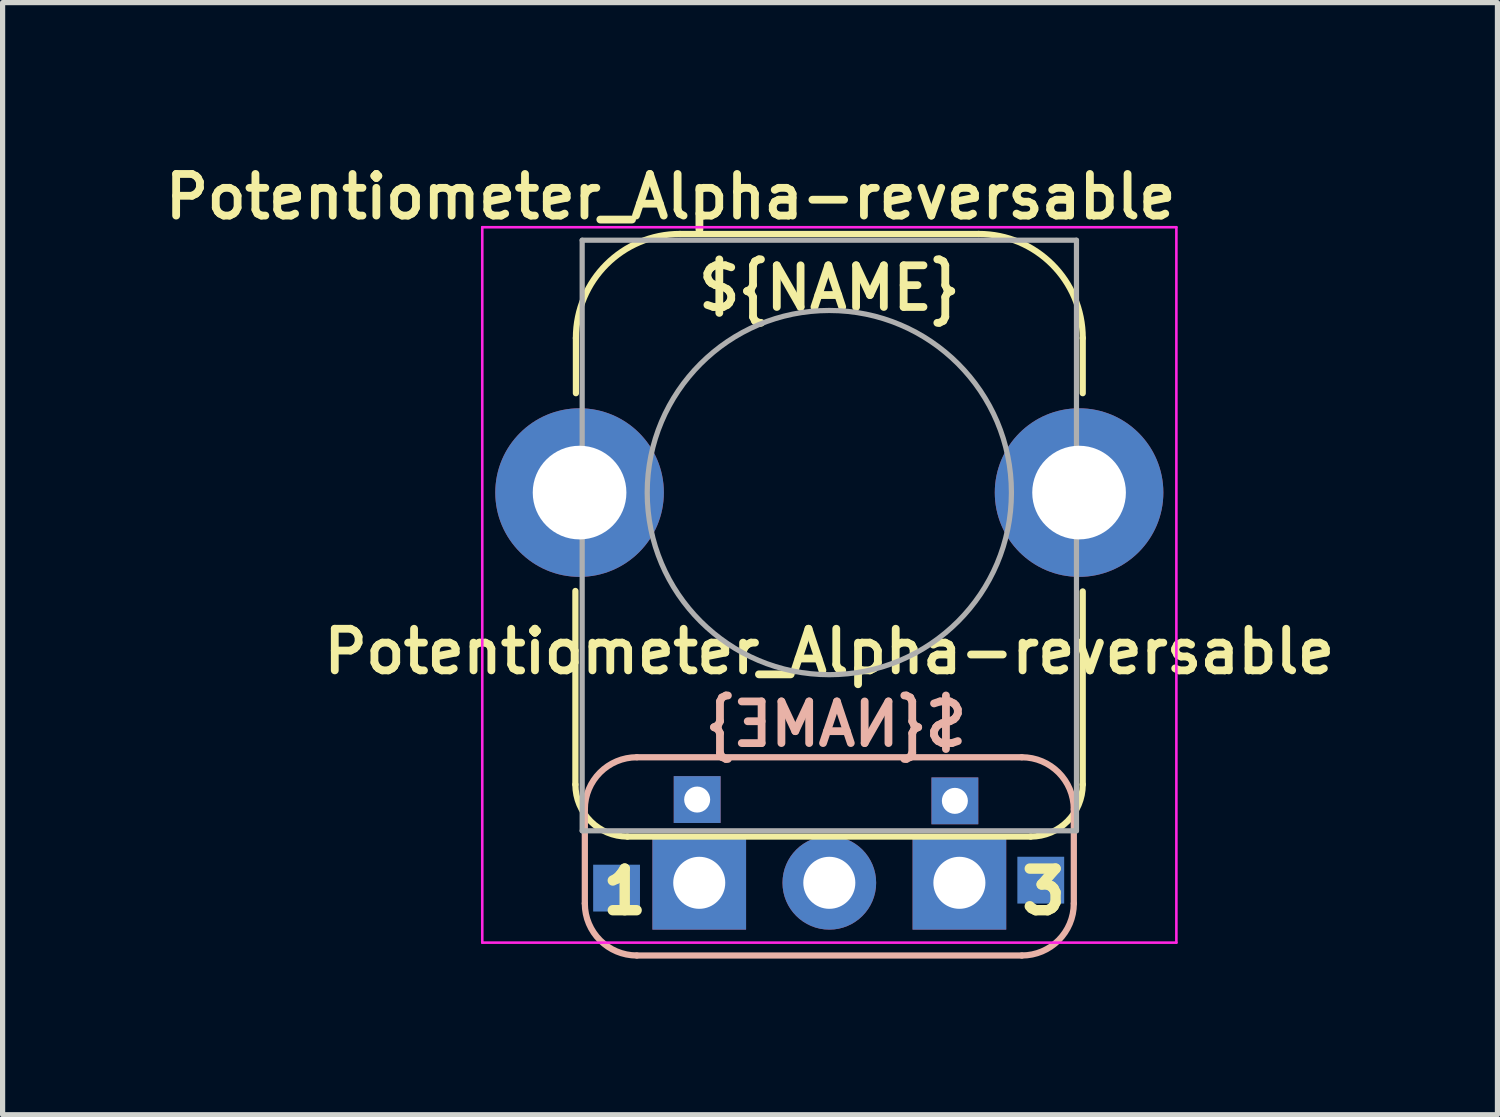
<source format=kicad_pcb>
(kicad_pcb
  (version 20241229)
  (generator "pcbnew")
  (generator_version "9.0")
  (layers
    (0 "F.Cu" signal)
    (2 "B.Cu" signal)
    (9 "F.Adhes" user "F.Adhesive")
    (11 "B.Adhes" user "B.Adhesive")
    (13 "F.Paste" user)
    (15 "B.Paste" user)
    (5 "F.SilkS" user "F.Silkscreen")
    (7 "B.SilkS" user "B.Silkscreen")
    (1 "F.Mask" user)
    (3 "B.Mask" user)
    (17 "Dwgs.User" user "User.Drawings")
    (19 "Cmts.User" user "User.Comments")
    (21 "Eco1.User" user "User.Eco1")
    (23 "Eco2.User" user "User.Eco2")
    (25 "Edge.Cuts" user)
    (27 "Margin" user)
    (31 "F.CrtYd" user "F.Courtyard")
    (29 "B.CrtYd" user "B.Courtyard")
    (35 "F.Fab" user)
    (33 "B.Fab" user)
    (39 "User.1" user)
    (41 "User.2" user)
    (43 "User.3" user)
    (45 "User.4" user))
  (footprint "Potentiometer_Alpha-reversable"
    (layer "F.Cu")
    (at 12.889 13.917)
    (property "Reference" "Potentiometer_Alpha-reversable" (at -3.049 -13.186 180) (layer "F.SilkS") (effects (font (size 0.8 0.8) (thickness 0.15))))
    (attr through_hole)
    (fp_line (start -4.88 -1.889) (end -4.88 -5.609) (stroke (width 0.12) (type solid)) (layer "F.SilkS"))
    (fp_line (start -4.87 -9.41) (end -4.87 -10.47) (stroke (width 0.12) (type solid)) (layer "F.SilkS"))
    (fp_line (start 2.87 -12.47) (end -2.87 -12.47) (stroke (width 0.12) (type solid)) (layer "F.SilkS"))
    (fp_line (start 3.87 -0.889) (end -3.88 -0.889) (stroke (width 0.12) (type solid)) (layer "F.SilkS"))
    (fp_line (start 4.87 -9.41) (end 4.87 -10.47) (stroke (width 0.12) (type solid)) (layer "F.SilkS"))
    (fp_line (start 4.87 -1.889) (end 4.87 -5.6) (stroke (width 0.12) (type solid)) (layer "F.SilkS"))
    (fp_arc (start -4.87 -10.47) (mid -4.284214 -11.884214) (end -2.87 -12.47) (stroke (width 0.12) (type default)) (layer "F.SilkS"))
    (fp_arc (start -3.88 -0.889) (mid -4.587107 -1.181893) (end -4.88 -1.889) (stroke (width 0.12) (type default)) (layer "F.SilkS"))
    (fp_arc (start 2.87 -12.47) (mid 4.284214 -11.884214) (end 4.87 -10.47) (stroke (width 0.12) (type default)) (layer "F.SilkS"))
    (fp_arc (start 4.87 -1.889) (mid 4.577107 -1.181893) (end 3.87 -0.889) (stroke (width 0.12) (type default)) (layer "F.SilkS"))
    (fp_line (start -4.699 0.397) (end -4.699 -1.413) (stroke (width 0.12) (type default)) (layer "B.SilkS"))
    (fp_line (start -3.699 -2.413) (end 3.699 -2.413) (stroke (width 0.12) (type default)) (layer "B.SilkS"))
    (fp_line (start 3.699 1.397) (end -3.699 1.397) (stroke (width 0.12) (type default)) (layer "B.SilkS"))
    (fp_line (start 4.699 -1.413) (end 4.699 0.397) (stroke (width 0.12) (type default)) (layer "B.SilkS"))
    (fp_arc (start -4.699 -1.413) (mid -4.406107 -2.120107) (end -3.699 -2.413) (stroke (width 0.12) (type default)) (layer "B.SilkS"))
    (fp_arc (start -3.699 1.397) (mid -4.406107 1.104107) (end -4.699 0.397) (stroke (width 0.12) (type default)) (layer "B.SilkS"))
    (fp_arc (start 3.699 -2.413) (mid 4.406107 -2.120107) (end 4.699 -1.413) (stroke (width 0.12) (type default)) (layer "B.SilkS"))
    (fp_arc (start 4.699 0.397) (mid 4.406107 1.104107) (end 3.699 1.397) (stroke (width 0.12) (type default)) (layer "B.SilkS"))
    (fp_line (start -6.67 -12.6) (end -6.67 1.15) (stroke (width 0.05) (type solid)) (layer "F.CrtYd"))
    (fp_line (start -6.67 1.15) (end 6.67 1.15) (stroke (width 0.05) (type solid)) (layer "F.CrtYd"))
    (fp_line (start 6.67 -12.6) (end -6.67 -12.6) (stroke (width 0.05) (type solid)) (layer "F.CrtYd"))
    (fp_line (start 6.67 1.15) (end 6.67 -12.6) (stroke (width 0.05) (type solid)) (layer "F.CrtYd"))
    (fp_line (start -4.75 -1) (end -4.75 -12.35) (stroke (width 0.1) (type solid)) (layer "F.Fab"))
    (fp_line (start 4.75 -12.35) (end -4.75 -12.35) (stroke (width 0.1) (type solid)) (layer "F.Fab"))
    (fp_line (start 4.75 -1) (end -4.75 -1) (stroke (width 0.1) (type solid)) (layer "F.Fab"))
    (fp_line (start 4.75 -1) (end 4.75 -12.35) (stroke (width 0.1) (type solid)) (layer "F.Fab"))
    (fp_circle (center 0 -7.5) (end -3.5 -7.5) (stroke (width 0.1) (type solid)) (fill no) (layer "F.Fab"))
    (fp_text user "3" (at 3.607 0.635 0) (unlocked yes) (layer "F.SilkS") (effects (font (size 0.8 0.8) (thickness 0.2) (bold yes)) (justify left bottom)))
    (fp_text user "${NAME}" (at 0 -11.43 180) (layer "F.SilkS") (effects (font (size 0.8 0.8) (thickness 0.15))))
    (fp_text user "${REFERENCE}" (at 0 -4.445 180) (layer "F.SilkS") (effects (font (size 0.8 0.8) (thickness 0.15))))
    (fp_text user "1" (at -4.445 0.635 0) (unlocked yes) (layer "F.SilkS") (effects (font (size 0.8 0.8) (thickness 0.2) (bold yes)) (justify left bottom)))
    (fp_text user "${NAME}" (at 0.127 -3.048 180) (layer "B.SilkS") (effects (font (size 0.8 0.8) (thickness 0.15)) (justify mirror)))
    (pad "" thru_hole circle (at -4.8 -7.5 180) (size 3.24 3.24) (drill 1.8) (layers "*.Cu" "*.Mask"))
    (pad "" thru_hole rect (at -2.5 0 180) (size 1.8 1.8) (drill 1) (layers "*.Cu" "*.Mask"))
    (pad "" thru_hole rect (at 2.5 0 180) (size 1.8 1.8) (drill 1) (layers "*.Cu" "*.Mask"))
    (pad "" thru_hole circle (at 4.8 -7.5 180) (size 3.24 3.24) (drill 1.8) (layers "*.Cu" "*.Mask"))
    (pad "1" thru_hole rect (at -2.54 -1.6 180) (size 0.9 0.9) (drill 0.5) (layers "*.Cu" "*.Mask"))
    (pad "1" smd rect (at 4.064 -0.051 180) (size 0.9 0.9) (layers "B.Cu" "B.Mask" "B.Paste"))
    (pad "2" thru_hole circle (at 0 0 180) (size 1.8 1.8) (drill 1) (layers "*.Cu" "*.Mask"))
    (pad "3" smd rect (at -4.089 0.102 180) (size 0.9 0.9) (layers "B.Cu" "B.Mask" "B.Paste"))
    (pad "3" thru_hole rect (at 2.413 -1.575 180) (size 0.9 0.9) (drill 0.5) (layers "*.Cu" "*.Mask")))
  (gr_rect
    (start -3 -3)
    (end 25.73 18.374)
    (stroke (width 0.1) (type default))
    (fill no)
    (layer "Edge.Cuts")))
</source>
